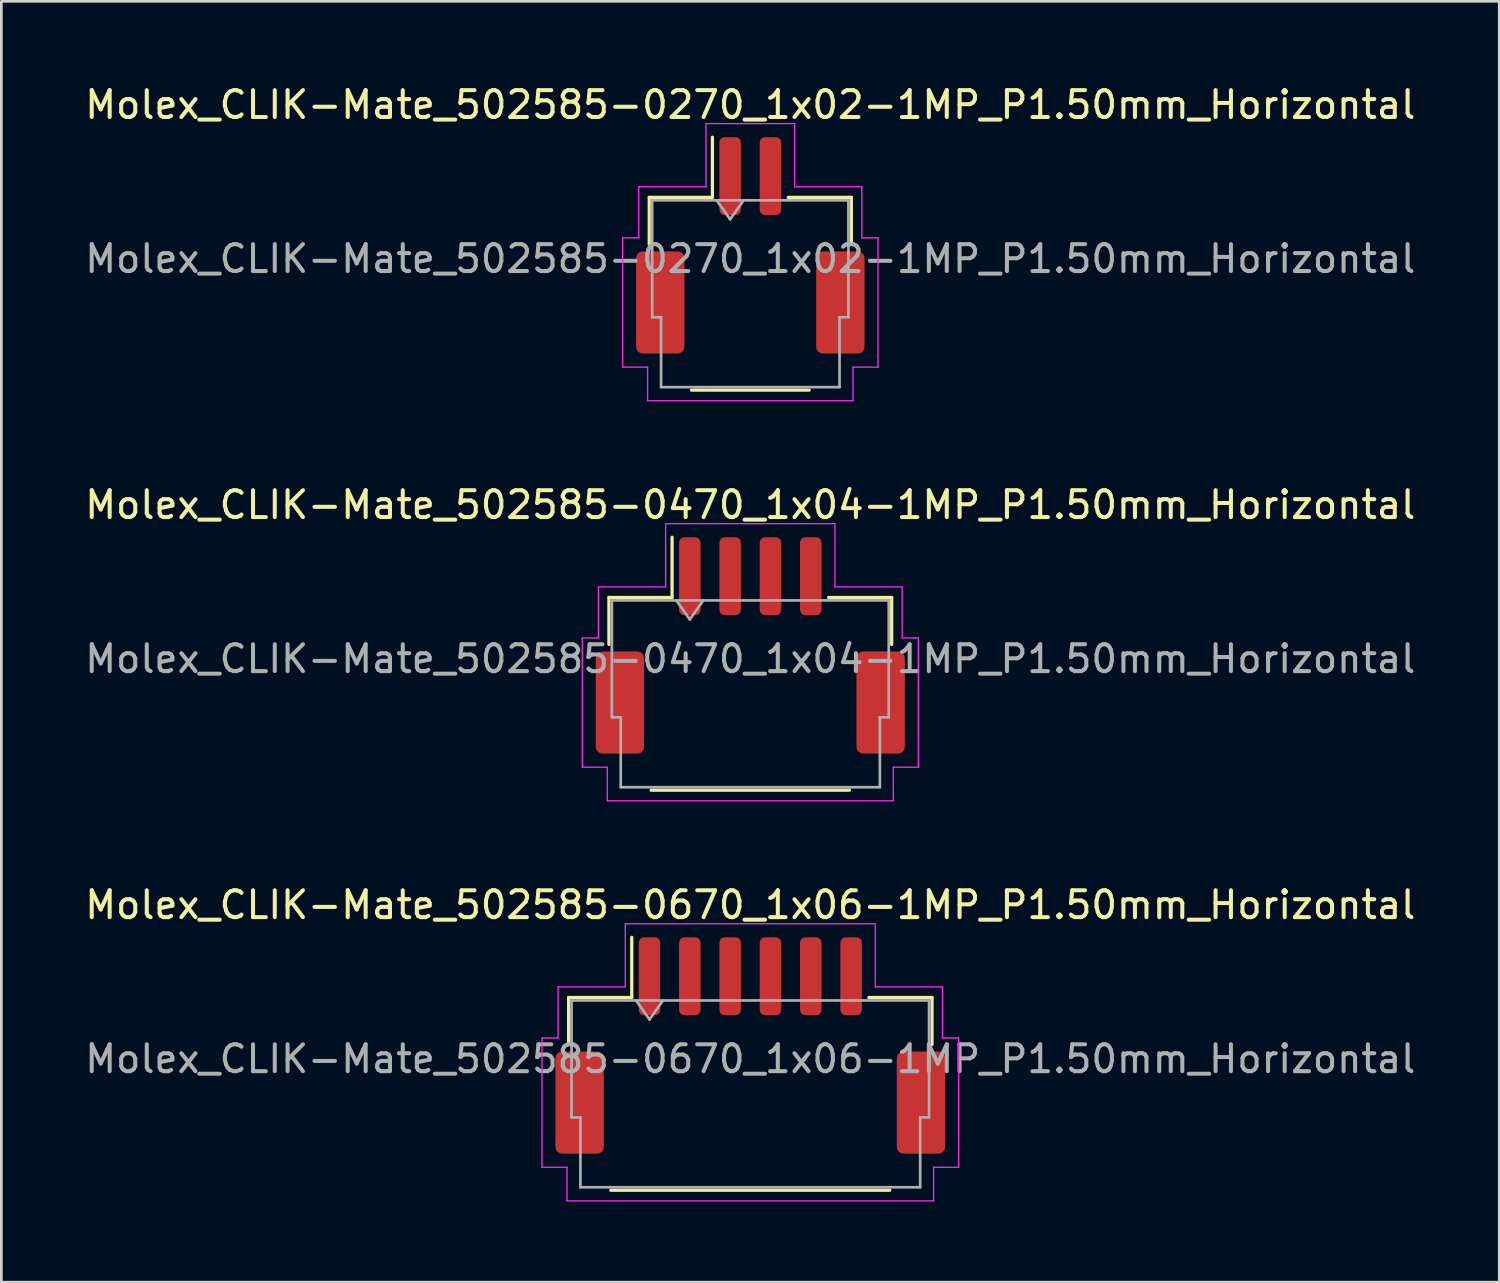
<source format=kicad_pcb>
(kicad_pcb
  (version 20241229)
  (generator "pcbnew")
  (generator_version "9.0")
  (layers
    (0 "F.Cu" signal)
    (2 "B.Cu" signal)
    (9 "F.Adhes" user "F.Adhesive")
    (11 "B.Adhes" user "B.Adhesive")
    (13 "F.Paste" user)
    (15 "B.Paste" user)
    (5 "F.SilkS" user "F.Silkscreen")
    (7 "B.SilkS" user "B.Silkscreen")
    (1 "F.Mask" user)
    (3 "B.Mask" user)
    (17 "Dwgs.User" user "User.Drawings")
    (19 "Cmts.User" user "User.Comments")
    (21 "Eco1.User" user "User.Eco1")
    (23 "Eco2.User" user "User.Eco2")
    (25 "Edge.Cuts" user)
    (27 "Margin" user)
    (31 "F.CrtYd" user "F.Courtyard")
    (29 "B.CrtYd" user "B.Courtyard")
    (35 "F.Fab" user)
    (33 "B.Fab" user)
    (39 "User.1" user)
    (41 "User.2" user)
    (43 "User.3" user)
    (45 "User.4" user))
  (footprint "Molex_CLIK-Mate_502585-0670_1x06-1MP_P1.50mm_Horizontal"
    (layer "F.Cu")
    (at 24.863 35.845)
    (property "Reference" "Molex_CLIK-Mate_502585-0670_1x06-1MP_P1.50mm_Horizontal" (at 0 -5.23 0) (layer "F.SilkS") (effects (font (size 1 1) (thickness 0.15))))
    (attr smd)
    (fp_line (start -6.76 -1.785) (end -4.41 -1.785) (stroke (width 0.12) (type solid)) (layer "F.SilkS"))
    (fp_line (start -6.76 -0.035) (end -6.76 -1.785) (stroke (width 0.12) (type solid)) (layer "F.SilkS"))
    (fp_line (start -5.19 5.385) (end 5.19 5.385) (stroke (width 0.12) (type solid)) (layer "F.SilkS"))
    (fp_line (start -4.41 -1.785) (end -4.41 -4.025) (stroke (width 0.12) (type solid)) (layer "F.SilkS"))
    (fp_line (start 6.76 -1.785) (end 4.41 -1.785) (stroke (width 0.12) (type solid)) (layer "F.SilkS"))
    (fp_line (start 6.76 -0.035) (end 6.76 -1.785) (stroke (width 0.12) (type solid)) (layer "F.SilkS"))
    (fp_line (start -7.75 -0.28) (end -7.15 -0.28) (stroke (width 0.05) (type solid)) (layer "F.CrtYd"))
    (fp_line (start -7.75 4.53) (end -7.75 -0.28) (stroke (width 0.05) (type solid)) (layer "F.CrtYd"))
    (fp_line (start -7.15 -2.18) (end -4.65 -2.18) (stroke (width 0.05) (type solid)) (layer "F.CrtYd"))
    (fp_line (start -7.15 -0.28) (end -7.15 -2.18) (stroke (width 0.05) (type solid)) (layer "F.CrtYd"))
    (fp_line (start -6.82 4.53) (end -7.75 4.53) (stroke (width 0.05) (type solid)) (layer "F.CrtYd"))
    (fp_line (start -6.82 5.78) (end -6.82 4.53) (stroke (width 0.05) (type solid)) (layer "F.CrtYd"))
    (fp_line (start -4.65 -4.53) (end 4.65 -4.53) (stroke (width 0.05) (type solid)) (layer "F.CrtYd"))
    (fp_line (start -4.65 -2.18) (end -4.65 -4.53) (stroke (width 0.05) (type solid)) (layer "F.CrtYd"))
    (fp_line (start 4.65 -4.53) (end 4.65 -2.18) (stroke (width 0.05) (type solid)) (layer "F.CrtYd"))
    (fp_line (start 4.65 -2.18) (end 7.15 -2.18) (stroke (width 0.05) (type solid)) (layer "F.CrtYd"))
    (fp_line (start 6.82 4.53) (end 6.82 5.78) (stroke (width 0.05) (type solid)) (layer "F.CrtYd"))
    (fp_line (start 6.82 5.78) (end -6.82 5.78) (stroke (width 0.05) (type solid)) (layer "F.CrtYd"))
    (fp_line (start 7.15 -2.18) (end 7.15 -0.28) (stroke (width 0.05) (type solid)) (layer "F.CrtYd"))
    (fp_line (start 7.15 -0.28) (end 7.75 -0.28) (stroke (width 0.05) (type solid)) (layer "F.CrtYd"))
    (fp_line (start 7.75 -0.28) (end 7.75 4.53) (stroke (width 0.05) (type solid)) (layer "F.CrtYd"))
    (fp_line (start 7.75 4.53) (end 6.82 4.53) (stroke (width 0.05) (type solid)) (layer "F.CrtYd"))
    (fp_line (start -6.65 -1.675) (end -6.65 2.675) (stroke (width 0.1) (type solid)) (layer "F.Fab"))
    (fp_line (start -6.65 -1.675) (end 6.65 -1.675) (stroke (width 0.1) (type solid)) (layer "F.Fab"))
    (fp_line (start -6.65 2.675) (end -6.32 2.675) (stroke (width 0.1) (type solid)) (layer "F.Fab"))
    (fp_line (start -6.32 2.675) (end -6.32 5.275) (stroke (width 0.1) (type solid)) (layer "F.Fab"))
    (fp_line (start -6.32 5.275) (end 6.32 5.275) (stroke (width 0.1) (type solid)) (layer "F.Fab"))
    (fp_line (start -4.25 -1.675) (end -3.75 -0.968) (stroke (width 0.1) (type solid)) (layer "F.Fab"))
    (fp_line (start -3.75 -0.968) (end -3.25 -1.675) (stroke (width 0.1) (type solid)) (layer "F.Fab"))
    (fp_line (start 6.32 2.675) (end 6.65 2.675) (stroke (width 0.1) (type solid)) (layer "F.Fab"))
    (fp_line (start 6.32 5.275) (end 6.32 2.675) (stroke (width 0.1) (type solid)) (layer "F.Fab"))
    (fp_line (start 6.65 -1.675) (end 6.65 2.675) (stroke (width 0.1) (type solid)) (layer "F.Fab"))
    (fp_text user "${REFERENCE}" (at 0 0.5 0) (layer "F.Fab") (effects (font (size 1 1) (thickness 0.15))))
    (pad "1" smd roundrect (at -3.75 -2.575) (size 0.8 2.9) (layers "F.Cu" "F.Mask" "F.Paste") (roundrect_rratio 0.25))
    (pad "2" smd roundrect (at -2.25 -2.575) (size 0.8 2.9) (layers "F.Cu" "F.Mask" "F.Paste") (roundrect_rratio 0.25))
    (pad "3" smd roundrect (at -0.75 -2.575) (size 0.8 2.9) (layers "F.Cu" "F.Mask" "F.Paste") (roundrect_rratio 0.25))
    (pad "4" smd roundrect (at 0.75 -2.575) (size 0.8 2.9) (layers "F.Cu" "F.Mask" "F.Paste") (roundrect_rratio 0.25))
    (pad "5" smd roundrect (at 2.25 -2.575) (size 0.8 2.9) (layers "F.Cu" "F.Mask" "F.Paste") (roundrect_rratio 0.25))
    (pad "6" smd roundrect (at 3.75 -2.575) (size 0.8 2.9) (layers "F.Cu" "F.Mask" "F.Paste") (roundrect_rratio 0.25))
    (pad "MP" smd roundrect (at -6.35 2.125) (size 1.8 3.8) (layers "F.Cu" "F.Mask" "F.Paste") (roundrect_rratio 0.139))
    (pad "MP" smd roundrect (at 6.35 2.125) (size 1.8 3.8) (layers "F.Cu" "F.Mask" "F.Paste") (roundrect_rratio 0.139)))
  (footprint "Molex_CLIK-Mate_502585-0470_1x04-1MP_P1.50mm_Horizontal"
    (layer "F.Cu")
    (at 24.863 20.962)
    (property "Reference" "Molex_CLIK-Mate_502585-0470_1x04-1MP_P1.50mm_Horizontal" (at 0 -5.23 0) (layer "F.SilkS") (effects (font (size 1 1) (thickness 0.15))))
    (attr smd)
    (fp_line (start -5.26 -1.785) (end -2.91 -1.785) (stroke (width 0.12) (type solid)) (layer "F.SilkS"))
    (fp_line (start -5.26 -0.035) (end -5.26 -1.785) (stroke (width 0.12) (type solid)) (layer "F.SilkS"))
    (fp_line (start -3.69 5.385) (end 3.69 5.385) (stroke (width 0.12) (type solid)) (layer "F.SilkS"))
    (fp_line (start -2.91 -1.785) (end -2.91 -4.025) (stroke (width 0.12) (type solid)) (layer "F.SilkS"))
    (fp_line (start 5.26 -1.785) (end 2.91 -1.785) (stroke (width 0.12) (type solid)) (layer "F.SilkS"))
    (fp_line (start 5.26 -0.035) (end 5.26 -1.785) (stroke (width 0.12) (type solid)) (layer "F.SilkS"))
    (fp_line (start -6.25 -0.28) (end -5.65 -0.28) (stroke (width 0.05) (type solid)) (layer "F.CrtYd"))
    (fp_line (start -6.25 4.53) (end -6.25 -0.28) (stroke (width 0.05) (type solid)) (layer "F.CrtYd"))
    (fp_line (start -5.65 -2.18) (end -3.15 -2.18) (stroke (width 0.05) (type solid)) (layer "F.CrtYd"))
    (fp_line (start -5.65 -0.28) (end -5.65 -2.18) (stroke (width 0.05) (type solid)) (layer "F.CrtYd"))
    (fp_line (start -5.32 4.53) (end -6.25 4.53) (stroke (width 0.05) (type solid)) (layer "F.CrtYd"))
    (fp_line (start -5.32 5.78) (end -5.32 4.53) (stroke (width 0.05) (type solid)) (layer "F.CrtYd"))
    (fp_line (start -3.15 -4.53) (end 3.15 -4.53) (stroke (width 0.05) (type solid)) (layer "F.CrtYd"))
    (fp_line (start -3.15 -2.18) (end -3.15 -4.53) (stroke (width 0.05) (type solid)) (layer "F.CrtYd"))
    (fp_line (start 3.15 -4.53) (end 3.15 -2.18) (stroke (width 0.05) (type solid)) (layer "F.CrtYd"))
    (fp_line (start 3.15 -2.18) (end 5.65 -2.18) (stroke (width 0.05) (type solid)) (layer "F.CrtYd"))
    (fp_line (start 5.32 4.53) (end 5.32 5.78) (stroke (width 0.05) (type solid)) (layer "F.CrtYd"))
    (fp_line (start 5.32 5.78) (end -5.32 5.78) (stroke (width 0.05) (type solid)) (layer "F.CrtYd"))
    (fp_line (start 5.65 -2.18) (end 5.65 -0.28) (stroke (width 0.05) (type solid)) (layer "F.CrtYd"))
    (fp_line (start 5.65 -0.28) (end 6.25 -0.28) (stroke (width 0.05) (type solid)) (layer "F.CrtYd"))
    (fp_line (start 6.25 -0.28) (end 6.25 4.53) (stroke (width 0.05) (type solid)) (layer "F.CrtYd"))
    (fp_line (start 6.25 4.53) (end 5.32 4.53) (stroke (width 0.05) (type solid)) (layer "F.CrtYd"))
    (fp_line (start -5.15 -1.675) (end -5.15 2.675) (stroke (width 0.1) (type solid)) (layer "F.Fab"))
    (fp_line (start -5.15 -1.675) (end 5.15 -1.675) (stroke (width 0.1) (type solid)) (layer "F.Fab"))
    (fp_line (start -5.15 2.675) (end -4.82 2.675) (stroke (width 0.1) (type solid)) (layer "F.Fab"))
    (fp_line (start -4.82 2.675) (end -4.82 5.275) (stroke (width 0.1) (type solid)) (layer "F.Fab"))
    (fp_line (start -4.82 5.275) (end 4.82 5.275) (stroke (width 0.1) (type solid)) (layer "F.Fab"))
    (fp_line (start -2.75 -1.675) (end -2.25 -0.968) (stroke (width 0.1) (type solid)) (layer "F.Fab"))
    (fp_line (start -2.25 -0.968) (end -1.75 -1.675) (stroke (width 0.1) (type solid)) (layer "F.Fab"))
    (fp_line (start 4.82 2.675) (end 5.15 2.675) (stroke (width 0.1) (type solid)) (layer "F.Fab"))
    (fp_line (start 4.82 5.275) (end 4.82 2.675) (stroke (width 0.1) (type solid)) (layer "F.Fab"))
    (fp_line (start 5.15 -1.675) (end 5.15 2.675) (stroke (width 0.1) (type solid)) (layer "F.Fab"))
    (fp_text user "${REFERENCE}" (at 0 0.5 0) (layer "F.Fab") (effects (font (size 1 1) (thickness 0.15))))
    (pad "1" smd roundrect (at -2.25 -2.575) (size 0.8 2.9) (layers "F.Cu" "F.Mask" "F.Paste") (roundrect_rratio 0.25))
    (pad "2" smd roundrect (at -0.75 -2.575) (size 0.8 2.9) (layers "F.Cu" "F.Mask" "F.Paste") (roundrect_rratio 0.25))
    (pad "3" smd roundrect (at 0.75 -2.575) (size 0.8 2.9) (layers "F.Cu" "F.Mask" "F.Paste") (roundrect_rratio 0.25))
    (pad "4" smd roundrect (at 2.25 -2.575) (size 0.8 2.9) (layers "F.Cu" "F.Mask" "F.Paste") (roundrect_rratio 0.25))
    (pad "MP" smd roundrect (at -4.85 2.125) (size 1.8 3.8) (layers "F.Cu" "F.Mask" "F.Paste") (roundrect_rratio 0.139))
    (pad "MP" smd roundrect (at 4.85 2.125) (size 1.8 3.8) (layers "F.Cu" "F.Mask" "F.Paste") (roundrect_rratio 0.139)))
  (footprint "Molex_CLIK-Mate_502585-0270_1x02-1MP_P1.50mm_Horizontal"
    (layer "F.Cu")
    (at 24.863 6.078)
    (property "Reference" "Molex_CLIK-Mate_502585-0270_1x02-1MP_P1.50mm_Horizontal" (at 0 -5.23 0) (layer "F.SilkS") (effects (font (size 1 1) (thickness 0.15))))
    (attr smd)
    (fp_line (start -3.76 -1.785) (end -1.41 -1.785) (stroke (width 0.12) (type solid)) (layer "F.SilkS"))
    (fp_line (start -3.76 -0.035) (end -3.76 -1.785) (stroke (width 0.12) (type solid)) (layer "F.SilkS"))
    (fp_line (start -2.19 5.385) (end 2.19 5.385) (stroke (width 0.12) (type solid)) (layer "F.SilkS"))
    (fp_line (start -1.41 -1.785) (end -1.41 -4.025) (stroke (width 0.12) (type solid)) (layer "F.SilkS"))
    (fp_line (start 3.76 -1.785) (end 1.41 -1.785) (stroke (width 0.12) (type solid)) (layer "F.SilkS"))
    (fp_line (start 3.76 -0.035) (end 3.76 -1.785) (stroke (width 0.12) (type solid)) (layer "F.SilkS"))
    (fp_line (start -4.75 -0.28) (end -4.15 -0.28) (stroke (width 0.05) (type solid)) (layer "F.CrtYd"))
    (fp_line (start -4.75 4.53) (end -4.75 -0.28) (stroke (width 0.05) (type solid)) (layer "F.CrtYd"))
    (fp_line (start -4.15 -2.18) (end -1.65 -2.18) (stroke (width 0.05) (type solid)) (layer "F.CrtYd"))
    (fp_line (start -4.15 -0.28) (end -4.15 -2.18) (stroke (width 0.05) (type solid)) (layer "F.CrtYd"))
    (fp_line (start -3.82 4.53) (end -4.75 4.53) (stroke (width 0.05) (type solid)) (layer "F.CrtYd"))
    (fp_line (start -3.82 5.78) (end -3.82 4.53) (stroke (width 0.05) (type solid)) (layer "F.CrtYd"))
    (fp_line (start -1.65 -4.53) (end 1.65 -4.53) (stroke (width 0.05) (type solid)) (layer "F.CrtYd"))
    (fp_line (start -1.65 -2.18) (end -1.65 -4.53) (stroke (width 0.05) (type solid)) (layer "F.CrtYd"))
    (fp_line (start 1.65 -4.53) (end 1.65 -2.18) (stroke (width 0.05) (type solid)) (layer "F.CrtYd"))
    (fp_line (start 1.65 -2.18) (end 4.15 -2.18) (stroke (width 0.05) (type solid)) (layer "F.CrtYd"))
    (fp_line (start 3.82 4.53) (end 3.82 5.78) (stroke (width 0.05) (type solid)) (layer "F.CrtYd"))
    (fp_line (start 3.82 5.78) (end -3.82 5.78) (stroke (width 0.05) (type solid)) (layer "F.CrtYd"))
    (fp_line (start 4.15 -2.18) (end 4.15 -0.28) (stroke (width 0.05) (type solid)) (layer "F.CrtYd"))
    (fp_line (start 4.15 -0.28) (end 4.75 -0.28) (stroke (width 0.05) (type solid)) (layer "F.CrtYd"))
    (fp_line (start 4.75 -0.28) (end 4.75 4.53) (stroke (width 0.05) (type solid)) (layer "F.CrtYd"))
    (fp_line (start 4.75 4.53) (end 3.82 4.53) (stroke (width 0.05) (type solid)) (layer "F.CrtYd"))
    (fp_line (start -3.65 -1.675) (end -3.65 2.675) (stroke (width 0.1) (type solid)) (layer "F.Fab"))
    (fp_line (start -3.65 -1.675) (end 3.65 -1.675) (stroke (width 0.1) (type solid)) (layer "F.Fab"))
    (fp_line (start -3.65 2.675) (end -3.32 2.675) (stroke (width 0.1) (type solid)) (layer "F.Fab"))
    (fp_line (start -3.32 2.675) (end -3.32 5.275) (stroke (width 0.1) (type solid)) (layer "F.Fab"))
    (fp_line (start -3.32 5.275) (end 3.32 5.275) (stroke (width 0.1) (type solid)) (layer "F.Fab"))
    (fp_line (start -1.25 -1.675) (end -0.75 -0.968) (stroke (width 0.1) (type solid)) (layer "F.Fab"))
    (fp_line (start -0.75 -0.968) (end -0.25 -1.675) (stroke (width 0.1) (type solid)) (layer "F.Fab"))
    (fp_line (start 3.32 2.675) (end 3.65 2.675) (stroke (width 0.1) (type solid)) (layer "F.Fab"))
    (fp_line (start 3.32 5.275) (end 3.32 2.675) (stroke (width 0.1) (type solid)) (layer "F.Fab"))
    (fp_line (start 3.65 -1.675) (end 3.65 2.675) (stroke (width 0.1) (type solid)) (layer "F.Fab"))
    (fp_text user "${REFERENCE}" (at 0 0.5 0) (layer "F.Fab") (effects (font (size 1 1) (thickness 0.15))))
    (pad "1" smd roundrect (at -0.75 -2.575) (size 0.8 2.9) (layers "F.Cu" "F.Mask" "F.Paste") (roundrect_rratio 0.25))
    (pad "2" smd roundrect (at 0.75 -2.575) (size 0.8 2.9) (layers "F.Cu" "F.Mask" "F.Paste") (roundrect_rratio 0.25))
    (pad "MP" smd roundrect (at -3.35 2.125) (size 1.8 3.8) (layers "F.Cu" "F.Mask" "F.Paste") (roundrect_rratio 0.139))
    (pad "MP" smd roundrect (at 3.35 2.125) (size 1.8 3.8) (layers "F.Cu" "F.Mask" "F.Paste") (roundrect_rratio 0.139)))
  (gr_rect
    (start -3 -3)
    (end 52.726 44.65)
    (stroke (width 0.1) (type default))
    (fill no)
    (layer "Edge.Cuts")))
</source>
